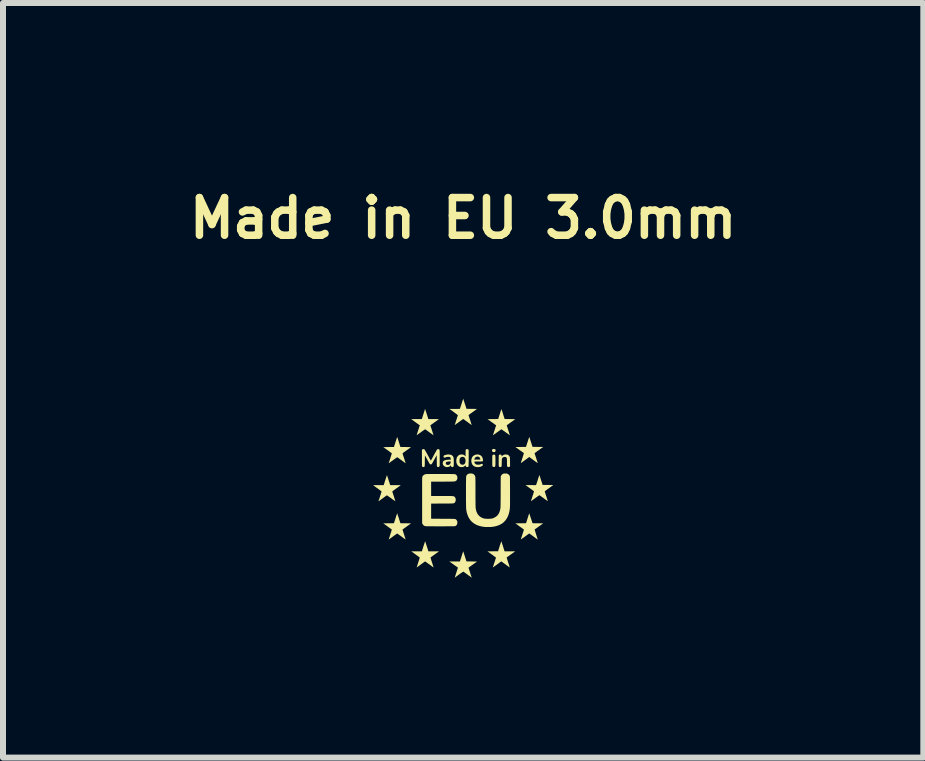
<source format=kicad_pcb>
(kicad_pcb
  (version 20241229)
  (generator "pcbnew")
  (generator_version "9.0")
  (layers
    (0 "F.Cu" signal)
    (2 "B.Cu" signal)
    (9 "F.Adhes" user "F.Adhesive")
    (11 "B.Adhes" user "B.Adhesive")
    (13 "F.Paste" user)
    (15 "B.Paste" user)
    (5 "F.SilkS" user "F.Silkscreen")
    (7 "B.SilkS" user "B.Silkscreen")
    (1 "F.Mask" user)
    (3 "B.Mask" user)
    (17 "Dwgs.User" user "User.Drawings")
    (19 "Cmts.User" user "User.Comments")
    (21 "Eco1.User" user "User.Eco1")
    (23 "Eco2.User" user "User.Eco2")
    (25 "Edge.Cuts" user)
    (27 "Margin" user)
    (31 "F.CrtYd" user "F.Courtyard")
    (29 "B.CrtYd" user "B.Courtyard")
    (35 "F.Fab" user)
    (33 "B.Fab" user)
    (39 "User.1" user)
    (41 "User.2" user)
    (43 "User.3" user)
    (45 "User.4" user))
  (footprint "Made in EU 3.0mm"
    (layer "F.Cu")
    (at 4.67 5.087)
    (property "Reference" "Made in EU 3.0mm" (at 0 -4.5 180) (layer "F.SilkS") (effects (font (size 0.628 0.628) (thickness 0.125))))
    (attr board_only exclude_from_pos_files exclude_from_bom)
    (fp_poly (pts (xy 0.521 -0.653) (xy 0.53 -0.651) (xy 0.537 -0.645) (xy 0.54 -0.636) (xy 0.541 -0.628) (xy 0.539 -0.617) (xy 0.533 -0.608) (xy 0.527 -0.603) (xy 0.519 -0.601) (xy 0.51 -0.601) (xy 0.5 -0.602) (xy 0.494 -0.604) (xy 0.487 -0.609) (xy 0.483 -0.617) (xy 0.481 -0.626) (xy 0.481 -0.636) (xy 0.485 -0.644) (xy 0.488 -0.648) (xy 0.493 -0.651) (xy 0.499 -0.653) (xy 0.508 -0.654)) (stroke (width 0) (type solid)) (fill yes) (layer "F.SilkS"))
    (fp_poly (pts (xy 0.522 -0.559) (xy 0.53 -0.554) (xy 0.535 -0.546) (xy 0.536 -0.54) (xy 0.536 -0.535) (xy 0.537 -0.527) (xy 0.537 -0.515) (xy 0.538 -0.501) (xy 0.538 -0.485) (xy 0.538 -0.468) (xy 0.538 -0.451) (xy 0.538 -0.434) (xy 0.538 -0.418) (xy 0.538 -0.403) (xy 0.537 -0.391) (xy 0.537 -0.382) (xy 0.537 -0.376) (xy 0.533 -0.365) (xy 0.529 -0.359) (xy 0.524 -0.355) (xy 0.519 -0.353) (xy 0.512 -0.353) (xy 0.512 -0.353) (xy 0.502 -0.354) (xy 0.495 -0.357) (xy 0.495 -0.357) (xy 0.49 -0.363) (xy 0.487 -0.37) (xy 0.487 -0.37) (xy 0.486 -0.375) (xy 0.486 -0.383) (xy 0.485 -0.395) (xy 0.485 -0.409) (xy 0.485 -0.425) (xy 0.485 -0.442) (xy 0.485 -0.459) (xy 0.485 -0.477) (xy 0.485 -0.494) (xy 0.485 -0.509) (xy 0.485 -0.522) (xy 0.486 -0.533) (xy 0.486 -0.54) (xy 0.487 -0.543) (xy 0.491 -0.552) (xy 0.499 -0.558) (xy 0.509 -0.56) (xy 0.512 -0.56)) (stroke (width 0) (type solid)) (fill yes) (layer "F.SilkS"))
    (fp_poly (pts (xy 1.103 -0.853) (xy 1.103 -0.853) (xy 1.104 -0.85) (xy 1.106 -0.844) (xy 1.109 -0.834) (xy 1.113 -0.821) (xy 1.118 -0.806) (xy 1.123 -0.789) (xy 1.129 -0.771) (xy 1.13 -0.769) (xy 1.156 -0.689) (xy 1.245 -0.688) (xy 1.333 -0.687) (xy 1.262 -0.635) (xy 1.246 -0.624) (xy 1.231 -0.614) (xy 1.219 -0.604) (xy 1.208 -0.596) (xy 1.199 -0.59) (xy 1.193 -0.585) (xy 1.19 -0.583) (xy 1.19 -0.583) (xy 1.191 -0.581) (xy 1.193 -0.574) (xy 1.196 -0.565) (xy 1.2 -0.553) (xy 1.204 -0.538) (xy 1.21 -0.522) (xy 1.216 -0.504) (xy 1.217 -0.5) (xy 1.223 -0.482) (xy 1.228 -0.465) (xy 1.233 -0.45) (xy 1.237 -0.438) (xy 1.24 -0.428) (xy 1.242 -0.421) (xy 1.242 -0.418) (xy 1.242 -0.418) (xy 1.241 -0.419) (xy 1.236 -0.423) (xy 1.228 -0.428) (xy 1.217 -0.435) (xy 1.205 -0.444) (xy 1.191 -0.454) (xy 1.176 -0.466) (xy 1.172 -0.468) (xy 1.102 -0.52) (xy 1.035 -0.471) (xy 1.016 -0.457) (xy 1.001 -0.446) (xy 0.989 -0.437) (xy 0.979 -0.43) (xy 0.972 -0.425) (xy 0.967 -0.422) (xy 0.964 -0.42) (xy 0.962 -0.419) (xy 0.961 -0.419) (xy 0.961 -0.42) (xy 0.961 -0.421) (xy 0.961 -0.421) (xy 0.968 -0.443) (xy 0.975 -0.465) (xy 0.982 -0.486) (xy 0.989 -0.506) (xy 0.994 -0.525) (xy 1 -0.542) (xy 1.004 -0.557) (xy 1.008 -0.569) (xy 1.01 -0.578) (xy 1.012 -0.583) (xy 1.012 -0.585) (xy 1.01 -0.586) (xy 1.004 -0.59) (xy 0.996 -0.596) (xy 0.985 -0.604) (xy 0.973 -0.613) (xy 0.959 -0.623) (xy 0.943 -0.634) (xy 0.94 -0.636) (xy 0.87 -0.687) (xy 0.959 -0.687) (xy 1.047 -0.688) (xy 1.066 -0.747) (xy 1.074 -0.772) (xy 1.081 -0.792) (xy 1.086 -0.809) (xy 1.091 -0.823) (xy 1.094 -0.833) (xy 1.097 -0.841) (xy 1.099 -0.847) (xy 1.1 -0.851) (xy 1.102 -0.853) (xy 1.102 -0.854)) (stroke (width 0) (type solid)) (fill yes) (layer "F.SilkS"))
    (fp_poly (pts (xy 0.003 1.057) (xy 0.005 1.063) (xy 0.008 1.073) (xy 0.012 1.086) (xy 0.017 1.101) (xy 0.022 1.118) (xy 0.028 1.136) (xy 0.029 1.139) (xy 0.055 1.22) (xy 0.143 1.221) (xy 0.231 1.223) (xy 0.165 1.27) (xy 0.15 1.281) (xy 0.135 1.291) (xy 0.123 1.3) (xy 0.112 1.308) (xy 0.103 1.315) (xy 0.097 1.319) (xy 0.094 1.321) (xy 0.089 1.325) (xy 0.115 1.406) (xy 0.121 1.424) (xy 0.126 1.441) (xy 0.131 1.456) (xy 0.135 1.469) (xy 0.139 1.479) (xy 0.141 1.486) (xy 0.142 1.489) (xy 0.142 1.489) (xy 0.142 1.491) (xy 0.14 1.49) (xy 0.137 1.488) (xy 0.131 1.483) (xy 0.122 1.477) (xy 0.112 1.469) (xy 0.1 1.46) (xy 0.086 1.451) (xy 0.073 1.441) (xy 0.059 1.431) (xy 0.046 1.421) (xy 0.034 1.412) (xy 0.023 1.405) (xy 0.014 1.398) (xy 0.007 1.393) (xy 0.004 1.391) (xy 0.003 1.39) (xy 0.001 1.391) (xy -0.004 1.395) (xy -0.012 1.4) (xy -0.023 1.407) (xy -0.035 1.415) (xy -0.048 1.424) (xy -0.062 1.434) (xy -0.076 1.444) (xy -0.09 1.455) (xy -0.104 1.464) (xy -0.116 1.474) (xy -0.127 1.482) (xy -0.136 1.489) (xy -0.138 1.49) (xy -0.141 1.491) (xy -0.14 1.489) (xy -0.14 1.489) (xy -0.139 1.486) (xy -0.137 1.48) (xy -0.134 1.47) (xy -0.13 1.458) (xy -0.126 1.444) (xy -0.121 1.429) (xy -0.116 1.413) (xy -0.11 1.397) (xy -0.106 1.382) (xy -0.101 1.367) (xy -0.097 1.355) (xy -0.094 1.344) (xy -0.091 1.337) (xy -0.09 1.334) (xy -0.087 1.324) (xy -0.159 1.273) (xy -0.231 1.221) (xy -0.142 1.221) (xy -0.054 1.221) (xy -0.038 1.172) (xy -0.032 1.155) (xy -0.027 1.137) (xy -0.021 1.119) (xy -0.016 1.102) (xy -0.011 1.088) (xy -0.011 1.086) (xy -0.007 1.075) (xy -0.003 1.065) (xy -0.001 1.058) (xy 0.001 1.054) (xy 0.002 1.054)) (stroke (width 0) (type solid)) (fill yes) (layer "F.SilkS"))
    (fp_poly (pts (xy -0.616 -1.264) (xy -0.611 -1.247) (xy -0.605 -1.23) (xy -0.6 -1.213) (xy -0.595 -1.198) (xy -0.591 -1.186) (xy -0.589 -1.18) (xy -0.58 -1.152) (xy -0.492 -1.152) (xy -0.403 -1.151) (xy -0.467 -1.105) (xy -0.482 -1.095) (xy -0.496 -1.084) (xy -0.509 -1.075) (xy -0.521 -1.067) (xy -0.53 -1.06) (xy -0.536 -1.056) (xy -0.538 -1.054) (xy -0.547 -1.047) (xy -0.52 -0.965) (xy -0.514 -0.947) (xy -0.509 -0.93) (xy -0.504 -0.915) (xy -0.5 -0.902) (xy -0.497 -0.892) (xy -0.495 -0.886) (xy -0.494 -0.883) (xy -0.494 -0.883) (xy -0.496 -0.884) (xy -0.501 -0.887) (xy -0.509 -0.893) (xy -0.52 -0.9) (xy -0.532 -0.909) (xy -0.546 -0.919) (xy -0.561 -0.93) (xy -0.563 -0.931) (xy -0.578 -0.942) (xy -0.592 -0.953) (xy -0.605 -0.962) (xy -0.616 -0.97) (xy -0.625 -0.976) (xy -0.63 -0.98) (xy -0.633 -0.982) (xy -0.633 -0.982) (xy -0.636 -0.981) (xy -0.641 -0.977) (xy -0.649 -0.972) (xy -0.66 -0.964) (xy -0.673 -0.956) (xy -0.687 -0.946) (xy -0.702 -0.934) (xy -0.705 -0.932) (xy -0.721 -0.921) (xy -0.735 -0.911) (xy -0.748 -0.902) (xy -0.758 -0.894) (xy -0.767 -0.888) (xy -0.773 -0.884) (xy -0.775 -0.882) (xy -0.775 -0.882) (xy -0.775 -0.884) (xy -0.773 -0.89) (xy -0.77 -0.899) (xy -0.767 -0.911) (xy -0.762 -0.926) (xy -0.757 -0.942) (xy -0.751 -0.96) (xy -0.75 -0.964) (xy -0.744 -0.982) (xy -0.739 -0.999) (xy -0.734 -1.014) (xy -0.73 -1.027) (xy -0.727 -1.037) (xy -0.724 -1.044) (xy -0.723 -1.047) (xy -0.723 -1.047) (xy -0.725 -1.049) (xy -0.73 -1.053) (xy -0.738 -1.058) (xy -0.748 -1.066) (xy -0.761 -1.075) (xy -0.775 -1.085) (xy -0.79 -1.096) (xy -0.795 -1.1) (xy -0.867 -1.151) (xy -0.778 -1.152) (xy -0.689 -1.152) (xy -0.668 -1.219) (xy -0.662 -1.236) (xy -0.657 -1.253) (xy -0.652 -1.269) (xy -0.647 -1.282) (xy -0.644 -1.294) (xy -0.641 -1.301) (xy -0.641 -1.303) (xy -0.635 -1.321)) (stroke (width 0) (type solid)) (fill yes) (layer "F.SilkS"))
    (fp_poly (pts (xy -0.633 0.888) (xy -0.631 0.893) (xy -0.628 0.902) (xy -0.624 0.914) (xy -0.619 0.928) (xy -0.614 0.945) (xy -0.608 0.963) (xy -0.606 0.968) (xy -0.58 1.052) (xy -0.491 1.052) (xy -0.403 1.053) (xy -0.474 1.104) (xy -0.489 1.115) (xy -0.504 1.126) (xy -0.517 1.135) (xy -0.528 1.143) (xy -0.536 1.15) (xy -0.542 1.154) (xy -0.545 1.156) (xy -0.545 1.156) (xy -0.544 1.159) (xy -0.542 1.165) (xy -0.539 1.175) (xy -0.535 1.187) (xy -0.531 1.202) (xy -0.526 1.218) (xy -0.52 1.236) (xy -0.519 1.238) (xy -0.513 1.256) (xy -0.508 1.273) (xy -0.503 1.288) (xy -0.5 1.3) (xy -0.497 1.31) (xy -0.495 1.317) (xy -0.494 1.32) (xy -0.494 1.32) (xy -0.496 1.319) (xy -0.501 1.317) (xy -0.507 1.312) (xy -0.514 1.308) (xy -0.521 1.302) (xy -0.53 1.295) (xy -0.543 1.286) (xy -0.556 1.276) (xy -0.57 1.266) (xy -0.583 1.257) (xy -0.634 1.22) (xy -0.695 1.264) (xy -0.71 1.275) (xy -0.724 1.286) (xy -0.737 1.295) (xy -0.748 1.303) (xy -0.757 1.31) (xy -0.763 1.314) (xy -0.766 1.316) (xy -0.771 1.319) (xy -0.774 1.321) (xy -0.774 1.32) (xy -0.774 1.317) (xy -0.773 1.314) (xy -0.77 1.307) (xy -0.767 1.297) (xy -0.763 1.284) (xy -0.758 1.268) (xy -0.753 1.252) (xy -0.748 1.235) (xy -0.742 1.218) (xy -0.737 1.201) (xy -0.732 1.187) (xy -0.729 1.174) (xy -0.726 1.165) (xy -0.724 1.158) (xy -0.724 1.156) (xy -0.726 1.154) (xy -0.731 1.15) (xy -0.739 1.144) (xy -0.75 1.136) (xy -0.762 1.127) (xy -0.777 1.116) (xy -0.792 1.105) (xy -0.795 1.103) (xy -0.865 1.053) (xy -0.776 1.052) (xy -0.688 1.052) (xy -0.684 1.038) (xy -0.679 1.024) (xy -0.674 1.008) (xy -0.669 0.991) (xy -0.664 0.974) (xy -0.658 0.957) (xy -0.653 0.941) (xy -0.648 0.926) (xy -0.643 0.912) (xy -0.64 0.901) (xy -0.637 0.892) (xy -0.635 0.887) (xy -0.634 0.886)) (stroke (width 0) (type solid)) (fill yes) (layer "F.SilkS"))
    (fp_poly (pts (xy 0.249 -0.562) (xy 0.267 -0.558) (xy 0.284 -0.55) (xy 0.299 -0.54) (xy 0.311 -0.527) (xy 0.318 -0.516) (xy 0.324 -0.502) (xy 0.328 -0.486) (xy 0.33 -0.47) (xy 0.33 -0.465) (xy 0.33 -0.46) (xy 0.33 -0.456) (xy 0.329 -0.452) (xy 0.327 -0.45) (xy 0.322 -0.448) (xy 0.316 -0.447) (xy 0.308 -0.446) (xy 0.296 -0.445) (xy 0.281 -0.445) (xy 0.262 -0.445) (xy 0.253 -0.445) (xy 0.234 -0.445) (xy 0.218 -0.444) (xy 0.206 -0.444) (xy 0.197 -0.444) (xy 0.191 -0.443) (xy 0.188 -0.442) (xy 0.186 -0.44) (xy 0.186 -0.437) (xy 0.187 -0.434) (xy 0.188 -0.429) (xy 0.189 -0.427) (xy 0.194 -0.416) (xy 0.201 -0.407) (xy 0.21 -0.4) (xy 0.213 -0.398) (xy 0.218 -0.395) (xy 0.223 -0.394) (xy 0.229 -0.393) (xy 0.236 -0.392) (xy 0.246 -0.392) (xy 0.249 -0.392) (xy 0.26 -0.392) (xy 0.269 -0.393) (xy 0.276 -0.394) (xy 0.282 -0.396) (xy 0.288 -0.398) (xy 0.299 -0.403) (xy 0.308 -0.405) (xy 0.314 -0.406) (xy 0.319 -0.404) (xy 0.323 -0.401) (xy 0.327 -0.394) (xy 0.328 -0.387) (xy 0.326 -0.38) (xy 0.32 -0.373) (xy 0.311 -0.367) (xy 0.3 -0.362) (xy 0.287 -0.357) (xy 0.273 -0.354) (xy 0.258 -0.352) (xy 0.242 -0.351) (xy 0.226 -0.352) (xy 0.215 -0.354) (xy 0.194 -0.36) (xy 0.176 -0.37) (xy 0.161 -0.383) (xy 0.15 -0.399) (xy 0.142 -0.417) (xy 0.137 -0.439) (xy 0.136 -0.457) (xy 0.137 -0.476) (xy 0.185 -0.476) (xy 0.235 -0.476) (xy 0.286 -0.476) (xy 0.286 -0.483) (xy 0.285 -0.489) (xy 0.282 -0.497) (xy 0.28 -0.502) (xy 0.273 -0.513) (xy 0.262 -0.521) (xy 0.25 -0.526) (xy 0.245 -0.526) (xy 0.229 -0.526) (xy 0.215 -0.521) (xy 0.203 -0.513) (xy 0.194 -0.502) (xy 0.188 -0.487) (xy 0.186 -0.483) (xy 0.185 -0.476) (xy 0.137 -0.476) (xy 0.138 -0.48) (xy 0.143 -0.5) (xy 0.152 -0.518) (xy 0.164 -0.534) (xy 0.18 -0.546) (xy 0.191 -0.552) (xy 0.21 -0.559) (xy 0.23 -0.562)) (stroke (width 0) (type solid)) (fill yes) (layer "F.SilkS"))
    (fp_poly (pts (xy 0.636 0.886) (xy 0.637 0.888) (xy 0.639 0.892) (xy 0.641 0.898) (xy 0.643 0.907) (xy 0.647 0.917) (xy 0.651 0.931) (xy 0.657 0.948) (xy 0.664 0.969) (xy 0.671 0.993) (xy 0.673 0.999) (xy 0.69 1.052) (xy 0.778 1.052) (xy 0.867 1.053) (xy 0.797 1.103) (xy 0.781 1.114) (xy 0.767 1.125) (xy 0.754 1.134) (xy 0.743 1.142) (xy 0.734 1.148) (xy 0.728 1.152) (xy 0.726 1.154) (xy 0.725 1.154) (xy 0.726 1.157) (xy 0.727 1.163) (xy 0.73 1.172) (xy 0.734 1.185) (xy 0.738 1.199) (xy 0.743 1.216) (xy 0.749 1.234) (xy 0.75 1.238) (xy 0.756 1.256) (xy 0.762 1.273) (xy 0.766 1.288) (xy 0.77 1.301) (xy 0.773 1.311) (xy 0.775 1.318) (xy 0.776 1.321) (xy 0.776 1.321) (xy 0.774 1.32) (xy 0.769 1.317) (xy 0.761 1.311) (xy 0.751 1.304) (xy 0.739 1.295) (xy 0.725 1.285) (xy 0.709 1.273) (xy 0.706 1.271) (xy 0.636 1.22) (xy 0.624 1.228) (xy 0.609 1.239) (xy 0.594 1.25) (xy 0.578 1.262) (xy 0.563 1.273) (xy 0.548 1.284) (xy 0.534 1.294) (xy 0.521 1.303) (xy 0.511 1.311) (xy 0.502 1.316) (xy 0.497 1.32) (xy 0.495 1.322) (xy 0.494 1.322) (xy 0.494 1.321) (xy 0.494 1.32) (xy 0.495 1.318) (xy 0.497 1.312) (xy 0.5 1.303) (xy 0.504 1.291) (xy 0.508 1.277) (xy 0.513 1.262) (xy 0.518 1.246) (xy 0.524 1.23) (xy 0.529 1.214) (xy 0.534 1.199) (xy 0.538 1.185) (xy 0.542 1.174) (xy 0.545 1.164) (xy 0.546 1.158) (xy 0.547 1.156) (xy 0.547 1.156) (xy 0.545 1.155) (xy 0.54 1.151) (xy 0.532 1.145) (xy 0.522 1.138) (xy 0.51 1.129) (xy 0.496 1.118) (xy 0.48 1.107) (xy 0.476 1.104) (xy 0.405 1.053) (xy 0.493 1.052) (xy 0.582 1.051) (xy 0.608 0.967) (xy 0.614 0.949) (xy 0.62 0.932) (xy 0.625 0.917) (xy 0.629 0.905) (xy 0.632 0.895) (xy 0.635 0.888) (xy 0.636 0.885) (xy 0.636 0.885)) (stroke (width 0) (type solid)) (fill yes) (layer "F.SilkS"))
    (fp_poly (pts (xy 0.002 -1.488) (xy 0.004 -1.481) (xy 0.007 -1.472) (xy 0.011 -1.459) (xy 0.016 -1.445) (xy 0.021 -1.428) (xy 0.027 -1.41) (xy 0.029 -1.406) (xy 0.055 -1.323) (xy 0.143 -1.322) (xy 0.231 -1.321) (xy 0.16 -1.27) (xy 0.145 -1.259) (xy 0.13 -1.248) (xy 0.117 -1.239) (xy 0.106 -1.231) (xy 0.098 -1.225) (xy 0.092 -1.22) (xy 0.089 -1.218) (xy 0.089 -1.218) (xy 0.09 -1.216) (xy 0.092 -1.21) (xy 0.095 -1.201) (xy 0.098 -1.189) (xy 0.103 -1.176) (xy 0.107 -1.161) (xy 0.113 -1.145) (xy 0.118 -1.129) (xy 0.123 -1.113) (xy 0.128 -1.098) (xy 0.132 -1.084) (xy 0.136 -1.072) (xy 0.139 -1.063) (xy 0.141 -1.058) (xy 0.141 -1.056) (xy 0.142 -1.054) (xy 0.142 -1.053) (xy 0.141 -1.053) (xy 0.139 -1.054) (xy 0.136 -1.056) (xy 0.131 -1.06) (xy 0.124 -1.065) (xy 0.114 -1.072) (xy 0.101 -1.081) (xy 0.086 -1.093) (xy 0.076 -1.1) (xy 0.061 -1.111) (xy 0.047 -1.121) (xy 0.034 -1.13) (xy 0.024 -1.138) (xy 0.015 -1.144) (xy 0.01 -1.148) (xy 0.008 -1.149) (xy 0.001 -1.154) (xy -0.059 -1.111) (xy -0.074 -1.1) (xy -0.089 -1.089) (xy -0.102 -1.08) (xy -0.113 -1.072) (xy -0.122 -1.065) (xy -0.128 -1.06) (xy -0.13 -1.059) (xy -0.136 -1.055) (xy -0.139 -1.053) (xy -0.14 -1.053) (xy -0.14 -1.056) (xy -0.14 -1.056) (xy -0.139 -1.06) (xy -0.136 -1.066) (xy -0.133 -1.076) (xy -0.129 -1.088) (xy -0.125 -1.103) (xy -0.12 -1.118) (xy -0.115 -1.134) (xy -0.109 -1.15) (xy -0.104 -1.166) (xy -0.1 -1.18) (xy -0.096 -1.193) (xy -0.092 -1.204) (xy -0.09 -1.211) (xy -0.088 -1.216) (xy -0.088 -1.216) (xy -0.09 -1.218) (xy -0.095 -1.222) (xy -0.102 -1.228) (xy -0.113 -1.236) (xy -0.125 -1.245) (xy -0.139 -1.256) (xy -0.154 -1.267) (xy -0.158 -1.27) (xy -0.229 -1.321) (xy -0.142 -1.321) (xy -0.054 -1.322) (xy -0.038 -1.372) (xy -0.032 -1.389) (xy -0.027 -1.407) (xy -0.021 -1.425) (xy -0.016 -1.441) (xy -0.011 -1.455) (xy -0.011 -1.457) (xy -0.007 -1.468) (xy -0.003 -1.478) (xy -0.001 -1.485) (xy 0.001 -1.49) (xy 0.001 -1.49)) (stroke (width 0) (type solid)) (fill yes) (layer "F.SilkS"))
    (fp_poly (pts (xy 1.102 0.42) (xy 1.104 0.426) (xy 1.107 0.435) (xy 1.111 0.447) (xy 1.116 0.461) (xy 1.121 0.478) (xy 1.127 0.496) (xy 1.129 0.501) (xy 1.156 0.584) (xy 1.245 0.585) (xy 1.334 0.586) (xy 1.264 0.636) (xy 1.248 0.648) (xy 1.234 0.658) (xy 1.221 0.667) (xy 1.21 0.675) (xy 1.201 0.682) (xy 1.195 0.686) (xy 1.192 0.688) (xy 1.192 0.688) (xy 1.192 0.69) (xy 1.193 0.697) (xy 1.196 0.706) (xy 1.2 0.719) (xy 1.205 0.735) (xy 1.21 0.753) (xy 1.217 0.773) (xy 1.222 0.791) (xy 1.228 0.808) (xy 1.233 0.823) (xy 1.237 0.836) (xy 1.24 0.846) (xy 1.242 0.853) (xy 1.243 0.856) (xy 1.243 0.857) (xy 1.241 0.855) (xy 1.236 0.852) (xy 1.228 0.846) (xy 1.218 0.839) (xy 1.206 0.83) (xy 1.192 0.82) (xy 1.176 0.808) (xy 1.172 0.805) (xy 1.155 0.792) (xy 1.14 0.782) (xy 1.128 0.773) (xy 1.119 0.767) (xy 1.112 0.762) (xy 1.107 0.759) (xy 1.103 0.757) (xy 1.101 0.756) (xy 1.099 0.756) (xy 1.098 0.757) (xy 1.095 0.759) (xy 1.089 0.763) (xy 1.08 0.77) (xy 1.069 0.777) (xy 1.056 0.787) (xy 1.042 0.797) (xy 1.028 0.808) (xy 1.013 0.819) (xy 0.999 0.829) (xy 0.986 0.837) (xy 0.976 0.845) (xy 0.968 0.85) (xy 0.963 0.854) (xy 0.961 0.855) (xy 0.962 0.853) (xy 0.963 0.847) (xy 0.966 0.837) (xy 0.97 0.825) (xy 0.975 0.81) (xy 0.98 0.794) (xy 0.986 0.776) (xy 0.987 0.773) (xy 0.993 0.754) (xy 0.998 0.738) (xy 1.003 0.722) (xy 1.007 0.71) (xy 1.01 0.7) (xy 1.012 0.693) (xy 1.012 0.69) (xy 1.012 0.69) (xy 1.01 0.688) (xy 1.005 0.684) (xy 0.998 0.679) (xy 0.989 0.672) (xy 0.985 0.669) (xy 0.976 0.662) (xy 0.963 0.654) (xy 0.949 0.643) (xy 0.934 0.633) (xy 0.92 0.622) (xy 0.914 0.618) (xy 0.87 0.586) (xy 0.959 0.585) (xy 1.048 0.584) (xy 1.074 0.502) (xy 1.08 0.483) (xy 1.085 0.467) (xy 1.09 0.451) (xy 1.094 0.439) (xy 1.098 0.429) (xy 1.1 0.422) (xy 1.101 0.419) (xy 1.101 0.419)) (stroke (width 0) (type solid)) (fill yes) (layer "F.SilkS"))
    (fp_poly (pts (xy -1.099 0.42) (xy -1.098 0.423) (xy -1.096 0.429) (xy -1.093 0.439) (xy -1.089 0.452) (xy -1.084 0.467) (xy -1.078 0.483) (xy -1.072 0.501) (xy -1.072 0.504) (xy -1.046 0.584) (xy -0.957 0.585) (xy -0.868 0.586) (xy -0.939 0.637) (xy -0.955 0.649) (xy -0.969 0.659) (xy -0.982 0.668) (xy -0.993 0.676) (xy -1.002 0.683) (xy -1.008 0.687) (xy -1.011 0.689) (xy -1.011 0.689) (xy -1.011 0.691) (xy -1.009 0.697) (xy -1.006 0.706) (xy -1.002 0.719) (xy -0.998 0.733) (xy -0.992 0.75) (xy -0.987 0.768) (xy -0.985 0.773) (xy -0.979 0.791) (xy -0.974 0.808) (xy -0.969 0.823) (xy -0.965 0.836) (xy -0.962 0.846) (xy -0.959 0.853) (xy -0.959 0.856) (xy -0.959 0.856) (xy -0.96 0.855) (xy -0.965 0.852) (xy -0.973 0.846) (xy -0.984 0.839) (xy -0.996 0.83) (xy -1.01 0.819) (xy -1.025 0.808) (xy -1.027 0.807) (xy -1.043 0.795) (xy -1.057 0.785) (xy -1.07 0.776) (xy -1.081 0.768) (xy -1.089 0.762) (xy -1.095 0.757) (xy -1.098 0.755) (xy -1.098 0.755) (xy -1.1 0.756) (xy -1.106 0.76) (xy -1.114 0.765) (xy -1.125 0.773) (xy -1.138 0.782) (xy -1.152 0.792) (xy -1.167 0.803) (xy -1.171 0.806) (xy -1.187 0.817) (xy -1.201 0.828) (xy -1.214 0.837) (xy -1.225 0.845) (xy -1.233 0.851) (xy -1.239 0.855) (xy -1.241 0.856) (xy -1.241 0.857) (xy -1.241 0.854) (xy -1.239 0.848) (xy -1.236 0.839) (xy -1.232 0.827) (xy -1.227 0.812) (xy -1.222 0.796) (xy -1.216 0.778) (xy -1.215 0.773) (xy -1.209 0.755) (xy -1.204 0.738) (xy -1.199 0.723) (xy -1.195 0.71) (xy -1.192 0.7) (xy -1.19 0.693) (xy -1.189 0.69) (xy -1.189 0.69) (xy -1.191 0.688) (xy -1.196 0.684) (xy -1.205 0.678) (xy -1.215 0.67) (xy -1.228 0.661) (xy -1.242 0.651) (xy -1.257 0.64) (xy -1.261 0.637) (xy -1.332 0.586) (xy -1.243 0.585) (xy -1.154 0.584) (xy -1.136 0.529) (xy -1.131 0.512) (xy -1.125 0.495) (xy -1.12 0.478) (xy -1.115 0.463) (xy -1.111 0.451) (xy -1.109 0.445) (xy -1.106 0.435) (xy -1.103 0.427) (xy -1.101 0.422) (xy -1.099 0.42)) (stroke (width 0) (type solid)) (fill yes) (layer "F.SilkS"))
    (fp_poly (pts (xy 0.639 -1.315) (xy 0.641 -1.308) (xy 0.645 -1.298) (xy 0.649 -1.285) (xy 0.654 -1.271) (xy 0.659 -1.254) (xy 0.665 -1.236) (xy 0.665 -1.234) (xy 0.691 -1.153) (xy 0.78 -1.152) (xy 0.869 -1.151) (xy 0.798 -1.1) (xy 0.782 -1.089) (xy 0.768 -1.078) (xy 0.755 -1.069) (xy 0.744 -1.061) (xy 0.735 -1.055) (xy 0.729 -1.05) (xy 0.726 -1.048) (xy 0.726 -1.048) (xy 0.727 -1.046) (xy 0.728 -1.04) (xy 0.731 -1.031) (xy 0.735 -1.019) (xy 0.74 -1.004) (xy 0.745 -0.988) (xy 0.751 -0.97) (xy 0.752 -0.965) (xy 0.758 -0.947) (xy 0.763 -0.93) (xy 0.768 -0.915) (xy 0.772 -0.902) (xy 0.775 -0.892) (xy 0.777 -0.886) (xy 0.778 -0.882) (xy 0.778 -0.882) (xy 0.776 -0.883) (xy 0.771 -0.887) (xy 0.763 -0.892) (xy 0.753 -0.9) (xy 0.741 -0.909) (xy 0.727 -0.919) (xy 0.711 -0.93) (xy 0.709 -0.931) (xy 0.694 -0.943) (xy 0.679 -0.953) (xy 0.666 -0.962) (xy 0.655 -0.97) (xy 0.647 -0.976) (xy 0.641 -0.98) (xy 0.638 -0.981) (xy 0.638 -0.981) (xy 0.635 -0.98) (xy 0.629 -0.976) (xy 0.621 -0.971) (xy 0.61 -0.963) (xy 0.598 -0.954) (xy 0.583 -0.944) (xy 0.568 -0.933) (xy 0.566 -0.932) (xy 0.551 -0.921) (xy 0.537 -0.91) (xy 0.524 -0.901) (xy 0.513 -0.893) (xy 0.505 -0.888) (xy 0.5 -0.884) (xy 0.497 -0.882) (xy 0.497 -0.882) (xy 0.497 -0.884) (xy 0.498 -0.888) (xy 0.501 -0.897) (xy 0.505 -0.909) (xy 0.509 -0.923) (xy 0.514 -0.938) (xy 0.519 -0.954) (xy 0.525 -0.971) (xy 0.53 -0.987) (xy 0.535 -1.002) (xy 0.539 -1.016) (xy 0.543 -1.028) (xy 0.546 -1.038) (xy 0.548 -1.045) (xy 0.549 -1.048) (xy 0.549 -1.048) (xy 0.547 -1.05) (xy 0.542 -1.053) (xy 0.534 -1.059) (xy 0.523 -1.067) (xy 0.511 -1.076) (xy 0.497 -1.086) (xy 0.481 -1.097) (xy 0.477 -1.1) (xy 0.406 -1.151) (xy 0.495 -1.152) (xy 0.584 -1.153) (xy 0.599 -1.202) (xy 0.605 -1.219) (xy 0.611 -1.237) (xy 0.616 -1.255) (xy 0.621 -1.271) (xy 0.626 -1.285) (xy 0.626 -1.286) (xy 0.63 -1.297) (xy 0.633 -1.307) (xy 0.636 -1.314) (xy 0.638 -1.317) (xy 0.638 -1.317)) (stroke (width 0) (type solid)) (fill yes) (layer "F.SilkS"))
    (fp_poly (pts (xy -1.099 -0.85) (xy -1.096 -0.844) (xy -1.093 -0.835) (xy -1.089 -0.822) (xy -1.084 -0.808) (xy -1.079 -0.791) (xy -1.073 -0.773) (xy -1.072 -0.769) (xy -1.046 -0.687) (xy -0.957 -0.686) (xy -0.869 -0.684) (xy -0.94 -0.633) (xy -0.958 -0.62) (xy -0.973 -0.609) (xy -0.985 -0.601) (xy -0.994 -0.594) (xy -1.001 -0.588) (xy -1.006 -0.584) (xy -1.008 -0.581) (xy -1.01 -0.579) (xy -1.01 -0.578) (xy -1.01 -0.577) (xy -1.009 -0.574) (xy -1.007 -0.567) (xy -1.004 -0.557) (xy -1 -0.544) (xy -0.995 -0.53) (xy -0.99 -0.515) (xy -0.985 -0.499) (xy -0.98 -0.483) (xy -0.975 -0.467) (xy -0.97 -0.453) (xy -0.966 -0.44) (xy -0.963 -0.43) (xy -0.96 -0.422) (xy -0.959 -0.418) (xy -0.959 -0.418) (xy -0.959 -0.416) (xy -0.961 -0.417) (xy -0.963 -0.418) (xy -0.968 -0.422) (xy -0.976 -0.428) (xy -0.986 -0.435) (xy -0.998 -0.444) (xy -1.011 -0.453) (xy -1.024 -0.463) (xy -1.038 -0.473) (xy -1.052 -0.482) (xy -1.064 -0.492) (xy -1.075 -0.5) (xy -1.085 -0.507) (xy -1.092 -0.512) (xy -1.097 -0.515) (xy -1.097 -0.516) (xy -1.1 -0.515) (xy -1.105 -0.512) (xy -1.114 -0.506) (xy -1.124 -0.499) (xy -1.137 -0.49) (xy -1.152 -0.479) (xy -1.168 -0.468) (xy -1.17 -0.466) (xy -1.185 -0.455) (xy -1.2 -0.445) (xy -1.213 -0.435) (xy -1.224 -0.428) (xy -1.232 -0.421) (xy -1.238 -0.417) (xy -1.241 -0.415) (xy -1.241 -0.415) (xy -1.241 -0.417) (xy -1.241 -0.419) (xy -1.24 -0.422) (xy -1.238 -0.428) (xy -1.234 -0.438) (xy -1.23 -0.451) (xy -1.225 -0.466) (xy -1.22 -0.482) (xy -1.214 -0.5) (xy -1.209 -0.517) (xy -1.203 -0.534) (xy -1.199 -0.549) (xy -1.195 -0.561) (xy -1.192 -0.571) (xy -1.189 -0.577) (xy -1.189 -0.579) (xy -1.19 -0.581) (xy -1.195 -0.585) (xy -1.203 -0.591) (xy -1.213 -0.599) (xy -1.225 -0.608) (xy -1.239 -0.619) (xy -1.255 -0.63) (xy -1.259 -0.633) (xy -1.331 -0.684) (xy -1.242 -0.686) (xy -1.154 -0.687) (xy -1.143 -0.72) (xy -1.139 -0.733) (xy -1.134 -0.748) (xy -1.129 -0.766) (xy -1.123 -0.783) (xy -1.117 -0.8) (xy -1.116 -0.803) (xy -1.112 -0.817) (xy -1.108 -0.83) (xy -1.104 -0.84) (xy -1.102 -0.848) (xy -1.1 -0.852) (xy -1.099 -0.852)) (stroke (width 0) (type solid)) (fill yes) (layer "F.SilkS"))
    (fp_poly (pts (xy 0.722 -0.561) (xy 0.73 -0.561) (xy 0.736 -0.56) (xy 0.742 -0.557) (xy 0.746 -0.555) (xy 0.757 -0.548) (xy 0.766 -0.54) (xy 0.773 -0.528) (xy 0.776 -0.522) (xy 0.777 -0.519) (xy 0.778 -0.515) (xy 0.779 -0.511) (xy 0.779 -0.505) (xy 0.78 -0.498) (xy 0.78 -0.489) (xy 0.781 -0.477) (xy 0.781 -0.462) (xy 0.781 -0.442) (xy 0.781 -0.438) (xy 0.782 -0.366) (xy 0.775 -0.359) (xy 0.767 -0.354) (xy 0.757 -0.352) (xy 0.747 -0.353) (xy 0.74 -0.357) (xy 0.737 -0.359) (xy 0.735 -0.362) (xy 0.733 -0.366) (xy 0.732 -0.372) (xy 0.731 -0.38) (xy 0.731 -0.391) (xy 0.73 -0.406) (xy 0.73 -0.424) (xy 0.73 -0.431) (xy 0.73 -0.449) (xy 0.73 -0.466) (xy 0.729 -0.479) (xy 0.729 -0.489) (xy 0.728 -0.496) (xy 0.728 -0.497) (xy 0.723 -0.507) (xy 0.715 -0.516) (xy 0.704 -0.521) (xy 0.701 -0.521) (xy 0.688 -0.521) (xy 0.675 -0.518) (xy 0.664 -0.513) (xy 0.659 -0.509) (xy 0.655 -0.505) (xy 0.652 -0.501) (xy 0.649 -0.496) (xy 0.647 -0.491) (xy 0.646 -0.484) (xy 0.645 -0.475) (xy 0.644 -0.464) (xy 0.644 -0.449) (xy 0.643 -0.43) (xy 0.643 -0.425) (xy 0.643 -0.407) (xy 0.642 -0.393) (xy 0.642 -0.382) (xy 0.642 -0.374) (xy 0.641 -0.368) (xy 0.64 -0.365) (xy 0.639 -0.362) (xy 0.638 -0.36) (xy 0.637 -0.359) (xy 0.63 -0.355) (xy 0.62 -0.352) (xy 0.61 -0.353) (xy 0.606 -0.354) (xy 0.602 -0.355) (xy 0.599 -0.357) (xy 0.597 -0.36) (xy 0.595 -0.364) (xy 0.594 -0.371) (xy 0.593 -0.379) (xy 0.592 -0.39) (xy 0.592 -0.404) (xy 0.592 -0.422) (xy 0.592 -0.443) (xy 0.592 -0.46) (xy 0.592 -0.483) (xy 0.593 -0.501) (xy 0.593 -0.516) (xy 0.593 -0.527) (xy 0.593 -0.536) (xy 0.594 -0.542) (xy 0.594 -0.547) (xy 0.595 -0.55) (xy 0.596 -0.552) (xy 0.597 -0.553) (xy 0.597 -0.554) (xy 0.604 -0.559) (xy 0.614 -0.561) (xy 0.622 -0.561) (xy 0.632 -0.558) (xy 0.638 -0.551) (xy 0.642 -0.541) (xy 0.642 -0.54) (xy 0.643 -0.53) (xy 0.652 -0.539) (xy 0.66 -0.546) (xy 0.67 -0.553) (xy 0.675 -0.555) (xy 0.682 -0.558) (xy 0.688 -0.56) (xy 0.695 -0.561) (xy 0.704 -0.561) (xy 0.711 -0.562)) (stroke (width 0) (type solid)) (fill yes) (layer "F.SilkS"))
    (fp_poly (pts (xy 0.074 -0.65) (xy 0.082 -0.646) (xy 0.085 -0.643) (xy 0.092 -0.636) (xy 0.092 -0.503) (xy 0.092 -0.475) (xy 0.092 -0.45) (xy 0.091 -0.429) (xy 0.091 -0.412) (xy 0.091 -0.398) (xy 0.091 -0.386) (xy 0.09 -0.377) (xy 0.089 -0.371) (xy 0.088 -0.365) (xy 0.087 -0.362) (xy 0.086 -0.359) (xy 0.084 -0.357) (xy 0.082 -0.356) (xy 0.08 -0.355) (xy 0.074 -0.353) (xy 0.065 -0.353) (xy 0.057 -0.353) (xy 0.051 -0.355) (xy 0.047 -0.36) (xy 0.043 -0.367) (xy 0.04 -0.375) (xy 0.04 -0.379) (xy 0.04 -0.385) (xy 0.033 -0.377) (xy 0.021 -0.365) (xy 0.007 -0.357) (xy -0.01 -0.352) (xy -0.028 -0.351) (xy -0.045 -0.353) (xy -0.049 -0.354) (xy -0.066 -0.36) (xy -0.081 -0.371) (xy -0.094 -0.385) (xy -0.104 -0.402) (xy -0.111 -0.422) (xy -0.112 -0.423) (xy -0.113 -0.433) (xy -0.114 -0.445) (xy -0.114 -0.457) (xy -0.061 -0.457) (xy -0.061 -0.445) (xy -0.061 -0.436) (xy -0.06 -0.43) (xy -0.058 -0.424) (xy -0.056 -0.421) (xy -0.048 -0.408) (xy -0.039 -0.398) (xy -0.027 -0.393) (xy -0.012 -0.391) (xy -0.011 -0.391) (xy -0.001 -0.392) (xy 0.009 -0.394) (xy 0.01 -0.395) (xy 0.022 -0.403) (xy 0.031 -0.414) (xy 0.036 -0.428) (xy 0.039 -0.446) (xy 0.04 -0.45) (xy 0.039 -0.47) (xy 0.036 -0.487) (xy 0.03 -0.501) (xy 0.02 -0.512) (xy 0.011 -0.517) (xy -0.001 -0.522) (xy -0.014 -0.522) (xy -0.027 -0.52) (xy -0.039 -0.515) (xy -0.046 -0.509) (xy -0.053 -0.5) (xy -0.058 -0.489) (xy -0.06 -0.477) (xy -0.061 -0.461) (xy -0.061 -0.457) (xy -0.114 -0.457) (xy -0.114 -0.459) (xy -0.114 -0.472) (xy -0.113 -0.484) (xy -0.111 -0.49) (xy -0.105 -0.51) (xy -0.095 -0.528) (xy -0.082 -0.542) (xy -0.067 -0.553) (xy -0.062 -0.555) (xy -0.055 -0.558) (xy -0.049 -0.56) (xy -0.042 -0.561) (xy -0.033 -0.561) (xy -0.026 -0.561) (xy -0.015 -0.561) (xy -0.007 -0.561) (xy -0.001 -0.56) (xy 0.005 -0.557) (xy 0.01 -0.555) (xy 0.018 -0.55) (xy 0.027 -0.543) (xy 0.031 -0.538) (xy 0.04 -0.529) (xy 0.04 -0.581) (xy 0.04 -0.601) (xy 0.041 -0.617) (xy 0.041 -0.629) (xy 0.042 -0.637) (xy 0.043 -0.64) (xy 0.048 -0.646) (xy 0.056 -0.65) (xy 0.065 -0.651)) (stroke (width 0) (type solid)) (fill yes) (layer "F.SilkS"))
    (fp_poly (pts (xy -0.236 -0.562) (xy -0.215 -0.559) (xy -0.197 -0.554) (xy -0.183 -0.545) (xy -0.172 -0.533) (xy -0.163 -0.518) (xy -0.163 -0.517) (xy -0.161 -0.513) (xy -0.16 -0.508) (xy -0.159 -0.503) (xy -0.158 -0.497) (xy -0.158 -0.489) (xy -0.157 -0.479) (xy -0.157 -0.465) (xy -0.157 -0.447) (xy -0.157 -0.446) (xy -0.156 -0.424) (xy -0.156 -0.405) (xy -0.157 -0.39) (xy -0.157 -0.379) (xy -0.159 -0.37) (xy -0.16 -0.364) (xy -0.163 -0.359) (xy -0.166 -0.356) (xy -0.17 -0.354) (xy -0.174 -0.353) (xy -0.185 -0.352) (xy -0.194 -0.356) (xy -0.201 -0.362) (xy -0.205 -0.373) (xy -0.205 -0.376) (xy -0.207 -0.385) (xy -0.211 -0.377) (xy -0.22 -0.366) (xy -0.232 -0.359) (xy -0.246 -0.354) (xy -0.263 -0.351) (xy -0.281 -0.352) (xy -0.284 -0.353) (xy -0.298 -0.357) (xy -0.31 -0.363) (xy -0.322 -0.373) (xy -0.323 -0.374) (xy -0.33 -0.382) (xy -0.335 -0.389) (xy -0.338 -0.398) (xy -0.338 -0.398) (xy -0.341 -0.414) (xy -0.341 -0.418) (xy -0.29 -0.418) (xy -0.289 -0.409) (xy -0.287 -0.405) (xy -0.28 -0.395) (xy -0.27 -0.389) (xy -0.258 -0.387) (xy -0.244 -0.388) (xy -0.241 -0.389) (xy -0.229 -0.394) (xy -0.219 -0.403) (xy -0.212 -0.415) (xy -0.208 -0.428) (xy -0.207 -0.433) (xy -0.207 -0.445) (xy -0.232 -0.445) (xy -0.251 -0.444) (xy -0.266 -0.441) (xy -0.277 -0.438) (xy -0.284 -0.434) (xy -0.284 -0.433) (xy -0.288 -0.426) (xy -0.29 -0.418) (xy -0.341 -0.418) (xy -0.339 -0.43) (xy -0.335 -0.442) (xy -0.331 -0.449) (xy -0.325 -0.455) (xy -0.318 -0.459) (xy -0.31 -0.463) (xy -0.301 -0.467) (xy -0.291 -0.469) (xy -0.279 -0.472) (xy -0.264 -0.473) (xy -0.245 -0.475) (xy -0.237 -0.475) (xy -0.205 -0.476) (xy -0.207 -0.489) (xy -0.209 -0.501) (xy -0.213 -0.51) (xy -0.219 -0.517) (xy -0.222 -0.518) (xy -0.229 -0.521) (xy -0.239 -0.522) (xy -0.252 -0.522) (xy -0.265 -0.521) (xy -0.278 -0.519) (xy -0.29 -0.515) (xy -0.291 -0.515) (xy -0.302 -0.511) (xy -0.311 -0.509) (xy -0.317 -0.51) (xy -0.322 -0.513) (xy -0.324 -0.515) (xy -0.327 -0.523) (xy -0.327 -0.532) (xy -0.324 -0.54) (xy -0.32 -0.544) (xy -0.312 -0.549) (xy -0.3 -0.553) (xy -0.286 -0.557) (xy -0.271 -0.56) (xy -0.255 -0.562) (xy -0.24 -0.562)) (stroke (width 0) (type solid)) (fill yes) (layer "F.SilkS"))
    (fp_poly (pts (xy -1.27 -0.215) (xy -1.268 -0.21) (xy -1.265 -0.201) (xy -1.26 -0.189) (xy -1.256 -0.175) (xy -1.25 -0.158) (xy -1.245 -0.14) (xy -1.243 -0.135) (xy -1.216 -0.051) (xy -1.128 -0.051) (xy -1.104 -0.051) (xy -1.084 -0.051) (xy -1.068 -0.051) (xy -1.055 -0.051) (xy -1.047 -0.05) (xy -1.042 -0.05) (xy -1.042 -0.049) (xy -1.044 -0.047) (xy -1.049 -0.043) (xy -1.057 -0.037) (xy -1.068 -0.03) (xy -1.08 -0.02) (xy -1.094 -0.01) (xy -1.11 0.001) (xy -1.112 0.003) (xy -1.128 0.014) (xy -1.142 0.024) (xy -1.154 0.033) (xy -1.165 0.041) (xy -1.173 0.048) (xy -1.179 0.052) (xy -1.181 0.054) (xy -1.181 0.054) (xy -1.181 0.057) (xy -1.179 0.063) (xy -1.176 0.073) (xy -1.172 0.085) (xy -1.167 0.1) (xy -1.162 0.116) (xy -1.156 0.134) (xy -1.155 0.137) (xy -1.15 0.155) (xy -1.144 0.171) (xy -1.14 0.186) (xy -1.136 0.199) (xy -1.133 0.208) (xy -1.131 0.215) (xy -1.13 0.218) (xy -1.13 0.218) (xy -1.132 0.217) (xy -1.137 0.213) (xy -1.145 0.208) (xy -1.156 0.2) (xy -1.168 0.192) (xy -1.182 0.182) (xy -1.197 0.17) (xy -1.2 0.168) (xy -1.217 0.156) (xy -1.233 0.145) (xy -1.246 0.136) (xy -1.257 0.128) (xy -1.265 0.123) (xy -1.27 0.12) (xy -1.272 0.119) (xy -1.275 0.121) (xy -1.28 0.125) (xy -1.289 0.131) (xy -1.299 0.138) (xy -1.312 0.147) (xy -1.326 0.158) (xy -1.34 0.168) (xy -1.358 0.181) (xy -1.373 0.192) (xy -1.384 0.2) (xy -1.393 0.207) (xy -1.4 0.211) (xy -1.405 0.215) (xy -1.408 0.217) (xy -1.41 0.218) (xy -1.411 0.218) (xy -1.411 0.218) (xy -1.411 0.218) (xy -1.411 0.215) (xy -1.409 0.209) (xy -1.406 0.2) (xy -1.402 0.187) (xy -1.397 0.173) (xy -1.392 0.156) (xy -1.386 0.139) (xy -1.386 0.137) (xy -1.38 0.119) (xy -1.374 0.102) (xy -1.37 0.087) (xy -1.366 0.074) (xy -1.363 0.065) (xy -1.361 0.058) (xy -1.36 0.055) (xy -1.36 0.055) (xy -1.362 0.053) (xy -1.367 0.049) (xy -1.374 0.043) (xy -1.385 0.035) (xy -1.397 0.026) (xy -1.411 0.015) (xy -1.426 0.004) (xy -1.429 0.002) (xy -1.445 -0.009) (xy -1.459 -0.019) (xy -1.472 -0.029) (xy -1.483 -0.037) (xy -1.491 -0.043) (xy -1.497 -0.047) (xy -1.499 -0.049) (xy -1.5 -0.049) (xy -1.498 -0.05) (xy -1.492 -0.05) (xy -1.482 -0.051) (xy -1.47 -0.051) (xy -1.454 -0.051) (xy -1.437 -0.051) (xy -1.418 -0.051) (xy -1.413 -0.051) (xy -1.324 -0.051) (xy -1.32 -0.065) (xy -1.315 -0.08) (xy -1.31 -0.097) (xy -1.305 -0.114) (xy -1.299 -0.132) (xy -1.293 -0.149) (xy -1.288 -0.165) (xy -1.283 -0.18) (xy -1.279 -0.193) (xy -1.275 -0.204) (xy -1.273 -0.212) (xy -1.271 -0.216) (xy -1.271 -0.217)) (stroke (width 0) (type solid)) (fill yes) (layer "F.SilkS"))
    (fp_poly (pts (xy -0.407 -0.65) (xy -0.4 -0.646) (xy -0.395 -0.64) (xy -0.393 -0.634) (xy -0.393 -0.631) (xy -0.392 -0.623) (xy -0.392 -0.612) (xy -0.392 -0.598) (xy -0.391 -0.582) (xy -0.391 -0.563) (xy -0.391 -0.543) (xy -0.391 -0.523) (xy -0.391 -0.501) (xy -0.391 -0.48) (xy -0.391 -0.459) (xy -0.391 -0.44) (xy -0.391 -0.422) (xy -0.391 -0.406) (xy -0.391 -0.392) (xy -0.392 -0.382) (xy -0.392 -0.375) (xy -0.392 -0.373) (xy -0.396 -0.363) (xy -0.402 -0.356) (xy -0.411 -0.352) (xy -0.422 -0.353) (xy -0.424 -0.353) (xy -0.427 -0.354) (xy -0.43 -0.355) (xy -0.433 -0.357) (xy -0.434 -0.36) (xy -0.436 -0.364) (xy -0.437 -0.37) (xy -0.438 -0.378) (xy -0.439 -0.389) (xy -0.439 -0.403) (xy -0.439 -0.42) (xy -0.44 -0.441) (xy -0.44 -0.459) (xy -0.441 -0.551) (xy -0.473 -0.492) (xy -0.485 -0.47) (xy -0.495 -0.453) (xy -0.503 -0.438) (xy -0.509 -0.427) (xy -0.514 -0.418) (xy -0.519 -0.411) (xy -0.522 -0.406) (xy -0.525 -0.403) (xy -0.527 -0.4) (xy -0.529 -0.399) (xy -0.531 -0.398) (xy -0.532 -0.398) (xy -0.543 -0.397) (xy -0.552 -0.399) (xy -0.556 -0.403) (xy -0.558 -0.406) (xy -0.562 -0.412) (xy -0.567 -0.422) (xy -0.574 -0.434) (xy -0.582 -0.447) (xy -0.591 -0.463) (xy -0.599 -0.478) (xy -0.637 -0.548) (xy -0.639 -0.458) (xy -0.639 -0.434) (xy -0.639 -0.414) (xy -0.64 -0.398) (xy -0.64 -0.385) (xy -0.641 -0.375) (xy -0.642 -0.367) (xy -0.644 -0.362) (xy -0.646 -0.358) (xy -0.648 -0.356) (xy -0.651 -0.354) (xy -0.656 -0.353) (xy -0.66 -0.352) (xy -0.661 -0.352) (xy -0.665 -0.352) (xy -0.671 -0.353) (xy -0.678 -0.356) (xy -0.682 -0.36) (xy -0.683 -0.361) (xy -0.684 -0.362) (xy -0.685 -0.365) (xy -0.685 -0.368) (xy -0.686 -0.373) (xy -0.686 -0.379) (xy -0.686 -0.388) (xy -0.686 -0.399) (xy -0.687 -0.412) (xy -0.687 -0.429) (xy -0.687 -0.45) (xy -0.687 -0.474) (xy -0.687 -0.5) (xy -0.688 -0.636) (xy -0.681 -0.644) (xy -0.677 -0.648) (xy -0.673 -0.65) (xy -0.667 -0.651) (xy -0.662 -0.651) (xy -0.655 -0.651) (xy -0.649 -0.649) (xy -0.645 -0.646) (xy -0.643 -0.644) (xy -0.641 -0.641) (xy -0.637 -0.634) (xy -0.631 -0.624) (xy -0.624 -0.612) (xy -0.615 -0.597) (xy -0.606 -0.58) (xy -0.596 -0.562) (xy -0.588 -0.548) (xy -0.578 -0.529) (xy -0.569 -0.512) (xy -0.561 -0.497) (xy -0.553 -0.484) (xy -0.547 -0.473) (xy -0.542 -0.465) (xy -0.539 -0.46) (xy -0.538 -0.459) (xy -0.537 -0.461) (xy -0.534 -0.467) (xy -0.529 -0.476) (xy -0.523 -0.487) (xy -0.515 -0.501) (xy -0.506 -0.517) (xy -0.497 -0.534) (xy -0.49 -0.548) (xy -0.48 -0.566) (xy -0.47 -0.584) (xy -0.461 -0.6) (xy -0.453 -0.614) (xy -0.446 -0.626) (xy -0.441 -0.635) (xy -0.437 -0.641) (xy -0.436 -0.643) (xy -0.432 -0.648) (xy -0.428 -0.65) (xy -0.422 -0.651) (xy -0.417 -0.651)) (stroke (width 0) (type solid)) (fill yes) (layer "F.SilkS"))
    (fp_poly (pts (xy 1.271 -0.217) (xy 1.274 -0.211) (xy 1.277 -0.203) (xy 1.28 -0.192) (xy 1.284 -0.179) (xy 1.284 -0.179) (xy 1.289 -0.163) (xy 1.295 -0.145) (xy 1.301 -0.126) (xy 1.307 -0.107) (xy 1.311 -0.097) (xy 1.324 -0.054) (xy 1.412 -0.054) (xy 1.432 -0.054) (xy 1.45 -0.053) (xy 1.466 -0.053) (xy 1.479 -0.053) (xy 1.49 -0.053) (xy 1.497 -0.052) (xy 1.5 -0.052) (xy 1.5 -0.052) (xy 1.499 -0.05) (xy 1.494 -0.046) (xy 1.486 -0.04) (xy 1.475 -0.033) (xy 1.463 -0.024) (xy 1.449 -0.014) (xy 1.434 -0.002) (xy 1.43 -0.000032) (xy 1.414 0.011) (xy 1.4 0.022) (xy 1.387 0.031) (xy 1.376 0.039) (xy 1.368 0.046) (xy 1.362 0.05) (xy 1.36 0.053) (xy 1.36 0.053) (xy 1.361 0.056) (xy 1.362 0.062) (xy 1.365 0.072) (xy 1.369 0.084) (xy 1.374 0.099) (xy 1.379 0.116) (xy 1.385 0.134) (xy 1.386 0.135) (xy 1.391 0.153) (xy 1.397 0.17) (xy 1.401 0.185) (xy 1.405 0.197) (xy 1.408 0.207) (xy 1.41 0.213) (xy 1.41 0.216) (xy 1.41 0.216) (xy 1.408 0.215) (xy 1.403 0.211) (xy 1.395 0.206) (xy 1.385 0.199) (xy 1.373 0.19) (xy 1.359 0.18) (xy 1.344 0.169) (xy 1.342 0.167) (xy 1.327 0.156) (xy 1.312 0.146) (xy 1.3 0.137) (xy 1.289 0.129) (xy 1.28 0.123) (xy 1.274 0.119) (xy 1.272 0.117) (xy 1.272 0.117) (xy 1.269 0.118) (xy 1.264 0.121) (xy 1.256 0.127) (xy 1.245 0.134) (xy 1.233 0.143) (xy 1.219 0.153) (xy 1.205 0.163) (xy 1.187 0.176) (xy 1.172 0.187) (xy 1.159 0.196) (xy 1.15 0.203) (xy 1.142 0.208) (xy 1.137 0.212) (xy 1.134 0.214) (xy 1.131 0.216) (xy 1.13 0.216) (xy 1.13 0.216) (xy 1.13 0.216) (xy 1.131 0.213) (xy 1.132 0.207) (xy 1.135 0.197) (xy 1.139 0.185) (xy 1.144 0.171) (xy 1.149 0.154) (xy 1.155 0.136) (xy 1.156 0.134) (xy 1.161 0.116) (xy 1.167 0.1) (xy 1.171 0.085) (xy 1.175 0.072) (xy 1.178 0.062) (xy 1.18 0.055) (xy 1.181 0.052) (xy 1.181 0.052) (xy 1.179 0.051) (xy 1.174 0.047) (xy 1.167 0.041) (xy 1.156 0.033) (xy 1.144 0.024) (xy 1.13 0.014) (xy 1.114 0.002) (xy 1.111 0) (xy 1.095 -0.011) (xy 1.081 -0.022) (xy 1.068 -0.031) (xy 1.057 -0.039) (xy 1.049 -0.045) (xy 1.043 -0.049) (xy 1.041 -0.052) (xy 1.041 -0.052) (xy 1.043 -0.052) (xy 1.049 -0.052) (xy 1.058 -0.052) (xy 1.071 -0.052) (xy 1.086 -0.052) (xy 1.104 -0.052) (xy 1.123 -0.052) (xy 1.127 -0.052) (xy 1.149 -0.052) (xy 1.167 -0.051) (xy 1.182 -0.051) (xy 1.193 -0.051) (xy 1.201 -0.051) (xy 1.207 -0.052) (xy 1.211 -0.052) (xy 1.214 -0.053) (xy 1.215 -0.053) (xy 1.216 -0.054) (xy 1.216 -0.055) (xy 1.217 -0.058) (xy 1.22 -0.065) (xy 1.223 -0.075) (xy 1.227 -0.088) (xy 1.232 -0.103) (xy 1.238 -0.12) (xy 1.243 -0.138) (xy 1.244 -0.139) (xy 1.249 -0.157) (xy 1.255 -0.174) (xy 1.26 -0.188) (xy 1.264 -0.201) (xy 1.267 -0.21) (xy 1.269 -0.216) (xy 1.27 -0.219) (xy 1.27 -0.219)) (stroke (width 0) (type solid)) (fill yes) (layer "F.SilkS"))
    (fp_poly (pts (xy 0.144 -0.244) (xy 0.153 -0.243) (xy 0.161 -0.24) (xy 0.166 -0.238) (xy 0.18 -0.229) (xy 0.19 -0.218) (xy 0.198 -0.204) (xy 0.202 -0.186) (xy 0.203 -0.18) (xy 0.203 -0.176) (xy 0.204 -0.167) (xy 0.204 -0.154) (xy 0.204 -0.138) (xy 0.205 -0.118) (xy 0.205 -0.095) (xy 0.205 -0.07) (xy 0.205 -0.042) (xy 0.205 -0.011) (xy 0.205 0.021) (xy 0.205 0.055) (xy 0.205 0.073) (xy 0.205 0.118) (xy 0.205 0.16) (xy 0.206 0.197) (xy 0.206 0.229) (xy 0.206 0.257) (xy 0.206 0.281) (xy 0.207 0.3) (xy 0.207 0.314) (xy 0.207 0.324) (xy 0.208 0.329) (xy 0.214 0.362) (xy 0.222 0.392) (xy 0.234 0.418) (xy 0.249 0.442) (xy 0.267 0.462) (xy 0.287 0.478) (xy 0.311 0.492) (xy 0.319 0.495) (xy 0.332 0.5) (xy 0.343 0.504) (xy 0.355 0.507) (xy 0.366 0.508) (xy 0.38 0.509) (xy 0.396 0.51) (xy 0.415 0.51) (xy 0.437 0.51) (xy 0.455 0.509) (xy 0.47 0.507) (xy 0.483 0.505) (xy 0.496 0.501) (xy 0.509 0.496) (xy 0.521 0.49) (xy 0.542 0.478) (xy 0.56 0.465) (xy 0.575 0.449) (xy 0.578 0.445) (xy 0.591 0.426) (xy 0.602 0.405) (xy 0.61 0.382) (xy 0.617 0.355) (xy 0.619 0.344) (xy 0.62 0.34) (xy 0.62 0.336) (xy 0.621 0.332) (xy 0.622 0.327) (xy 0.622 0.322) (xy 0.622 0.316) (xy 0.623 0.308) (xy 0.623 0.299) (xy 0.623 0.288) (xy 0.624 0.275) (xy 0.624 0.26) (xy 0.624 0.242) (xy 0.624 0.222) (xy 0.624 0.198) (xy 0.625 0.171) (xy 0.625 0.14) (xy 0.625 0.105) (xy 0.625 0.066) (xy 0.625 0.061) (xy 0.626 -0.195) (xy 0.632 -0.207) (xy 0.64 -0.22) (xy 0.651 -0.231) (xy 0.665 -0.24) (xy 0.67 -0.242) (xy 0.676 -0.243) (xy 0.683 -0.244) (xy 0.693 -0.244) (xy 0.702 -0.244) (xy 0.714 -0.244) (xy 0.723 -0.244) (xy 0.73 -0.243) (xy 0.735 -0.242) (xy 0.74 -0.239) (xy 0.754 -0.231) (xy 0.765 -0.22) (xy 0.774 -0.207) (xy 0.775 -0.203) (xy 0.78 -0.191) (xy 0.781 0.052) (xy 0.781 0.099) (xy 0.781 0.14) (xy 0.781 0.178) (xy 0.781 0.211) (xy 0.781 0.24) (xy 0.781 0.265) (xy 0.781 0.286) (xy 0.78 0.303) (xy 0.78 0.316) (xy 0.779 0.325) (xy 0.779 0.327) (xy 0.774 0.371) (xy 0.765 0.412) (xy 0.753 0.451) (xy 0.737 0.486) (xy 0.719 0.517) (xy 0.711 0.528) (xy 0.7 0.542) (xy 0.687 0.555) (xy 0.674 0.568) (xy 0.662 0.579) (xy 0.657 0.583) (xy 0.633 0.598) (xy 0.606 0.612) (xy 0.576 0.624) (xy 0.543 0.634) (xy 0.509 0.641) (xy 0.48 0.645) (xy 0.469 0.646) (xy 0.455 0.647) (xy 0.439 0.647) (xy 0.422 0.647) (xy 0.404 0.647) (xy 0.387 0.647) (xy 0.371 0.647) (xy 0.358 0.646) (xy 0.349 0.645) (xy 0.307 0.638) (xy 0.268 0.628) (xy 0.232 0.616) (xy 0.2 0.6) (xy 0.171 0.581) (xy 0.144 0.559) (xy 0.121 0.534) (xy 0.101 0.505) (xy 0.084 0.474) (xy 0.071 0.439) (xy 0.069 0.436) (xy 0.064 0.418) (xy 0.059 0.401) (xy 0.056 0.383) (xy 0.052 0.363) (xy 0.05 0.345) (xy 0.05 0.338) (xy 0.049 0.327) (xy 0.049 0.313) (xy 0.048 0.296) (xy 0.048 0.275) (xy 0.048 0.252) (xy 0.047 0.227) (xy 0.047 0.201) (xy 0.047 0.172) (xy 0.047 0.143) (xy 0.047 0.113) (xy 0.047 0.082) (xy 0.047 0.051) (xy 0.047 0.021) (xy 0.047 -0.009) (xy 0.047 -0.038) (xy 0.047 -0.065) (xy 0.047 -0.091) (xy 0.048 -0.115) (xy 0.048 -0.136) (xy 0.048 -0.155) (xy 0.049 -0.171) (xy 0.049 -0.183) (xy 0.05 -0.192) (xy 0.05 -0.196) (xy 0.05 -0.196) (xy 0.056 -0.212) (xy 0.066 -0.225) (xy 0.078 -0.235) (xy 0.094 -0.242) (xy 0.113 -0.245) (xy 0.133 -0.245)) (stroke (width 0) (type solid)) (fill yes) (layer "F.SilkS"))
    (fp_poly (pts (xy -0.414 -0.236) (xy -0.373 -0.236) (xy -0.336 -0.236) (xy -0.302 -0.236) (xy -0.273 -0.236) (xy -0.248 -0.236) (xy -0.226 -0.236) (xy -0.207 -0.236) (xy -0.19 -0.235) (xy -0.177 -0.235) (xy -0.166 -0.235) (xy -0.157 -0.235) (xy -0.15 -0.234) (xy -0.144 -0.234) (xy -0.14 -0.234) (xy -0.137 -0.233) (xy -0.134 -0.233) (xy -0.132 -0.232) (xy -0.13 -0.231) (xy -0.13 -0.231) (xy -0.117 -0.223) (xy -0.107 -0.212) (xy -0.101 -0.199) (xy -0.097 -0.184) (xy -0.096 -0.169) (xy -0.099 -0.153) (xy -0.105 -0.138) (xy -0.109 -0.132) (xy -0.118 -0.123) (xy -0.129 -0.117) (xy -0.143 -0.113) (xy -0.148 -0.112) (xy -0.153 -0.111) (xy -0.162 -0.111) (xy -0.176 -0.111) (xy -0.193 -0.11) (xy -0.215 -0.11) (xy -0.24 -0.11) (xy -0.268 -0.11) (xy -0.3 -0.109) (xy -0.335 -0.109) (xy -0.348 -0.109) (xy -0.534 -0.109) (xy -0.534 0.01) (xy -0.534 0.13) (xy -0.358 0.13) (xy -0.324 0.13) (xy -0.294 0.13) (xy -0.268 0.13) (xy -0.245 0.13) (xy -0.226 0.13) (xy -0.21 0.13) (xy -0.197 0.131) (xy -0.185 0.131) (xy -0.176 0.132) (xy -0.169 0.133) (xy -0.163 0.134) (xy -0.158 0.135) (xy -0.155 0.136) (xy -0.151 0.138) (xy -0.148 0.14) (xy -0.147 0.141) (xy -0.137 0.15) (xy -0.13 0.162) (xy -0.125 0.177) (xy -0.124 0.193) (xy -0.125 0.208) (xy -0.128 0.219) (xy -0.131 0.228) (xy -0.136 0.235) (xy -0.141 0.241) (xy -0.144 0.243) (xy -0.146 0.245) (xy -0.149 0.247) (xy -0.152 0.249) (xy -0.155 0.251) (xy -0.159 0.252) (xy -0.165 0.253) (xy -0.172 0.254) (xy -0.181 0.254) (xy -0.193 0.255) (xy -0.206 0.255) (xy -0.223 0.256) (xy -0.242 0.256) (xy -0.265 0.256) (xy -0.291 0.256) (xy -0.321 0.256) (xy -0.351 0.256) (xy -0.534 0.257) (xy -0.534 0.383) (xy -0.534 0.509) (xy -0.339 0.51) (xy -0.303 0.51) (xy -0.271 0.51) (xy -0.243 0.51) (xy -0.219 0.51) (xy -0.198 0.511) (xy -0.181 0.511) (xy -0.167 0.511) (xy -0.156 0.512) (xy -0.147 0.512) (xy -0.141 0.512) (xy -0.137 0.513) (xy -0.136 0.513) (xy -0.123 0.519) (xy -0.112 0.529) (xy -0.104 0.54) (xy -0.103 0.541) (xy -0.1 0.548) (xy -0.098 0.554) (xy -0.097 0.562) (xy -0.097 0.572) (xy -0.098 0.582) (xy -0.098 0.591) (xy -0.1 0.598) (xy -0.1 0.599) (xy -0.106 0.61) (xy -0.114 0.62) (xy -0.124 0.628) (xy -0.13 0.631) (xy -0.131 0.631) (xy -0.133 0.632) (xy -0.135 0.633) (xy -0.138 0.633) (xy -0.141 0.634) (xy -0.146 0.634) (xy -0.152 0.634) (xy -0.16 0.635) (xy -0.17 0.635) (xy -0.182 0.635) (xy -0.196 0.635) (xy -0.213 0.635) (xy -0.234 0.635) (xy -0.257 0.635) (xy -0.284 0.635) (xy -0.314 0.636) (xy -0.349 0.636) (xy -0.377 0.636) (xy -0.41 0.636) (xy -0.442 0.636) (xy -0.472 0.636) (xy -0.5 0.635) (xy -0.526 0.635) (xy -0.55 0.635) (xy -0.571 0.635) (xy -0.589 0.635) (xy -0.604 0.635) (xy -0.615 0.634) (xy -0.622 0.634) (xy -0.625 0.634) (xy -0.643 0.629) (xy -0.656 0.622) (xy -0.667 0.612) (xy -0.676 0.598) (xy -0.677 0.597) (xy -0.684 0.582) (xy -0.684 0.201) (xy -0.684 0.153) (xy -0.684 0.109) (xy -0.684 0.069) (xy -0.684 0.032) (xy -0.684 -0.000161) (xy -0.684 -0.029) (xy -0.684 -0.055) (xy -0.684 -0.078) (xy -0.684 -0.098) (xy -0.684 -0.115) (xy -0.684 -0.13) (xy -0.684 -0.143) (xy -0.683 -0.153) (xy -0.683 -0.162) (xy -0.683 -0.169) (xy -0.683 -0.175) (xy -0.682 -0.179) (xy -0.682 -0.183) (xy -0.682 -0.186) (xy -0.681 -0.188) (xy -0.681 -0.189) (xy -0.68 -0.191) (xy -0.672 -0.205) (xy -0.661 -0.217) (xy -0.646 -0.227) (xy -0.629 -0.233) (xy -0.621 -0.234) (xy -0.616 -0.235) (xy -0.606 -0.235) (xy -0.592 -0.236) (xy -0.574 -0.236) (xy -0.551 -0.236) (xy -0.523 -0.236) (xy -0.491 -0.236) (xy -0.455 -0.236)) (stroke (width 0) (type solid)) (fill yes) (layer "F.SilkS")))
  (gr_rect
    (start -3 -3)
    (end 12.34 9.578)
    (stroke (width 0.1) (type default))
    (fill no)
    (layer "Edge.Cuts")))
</source>
